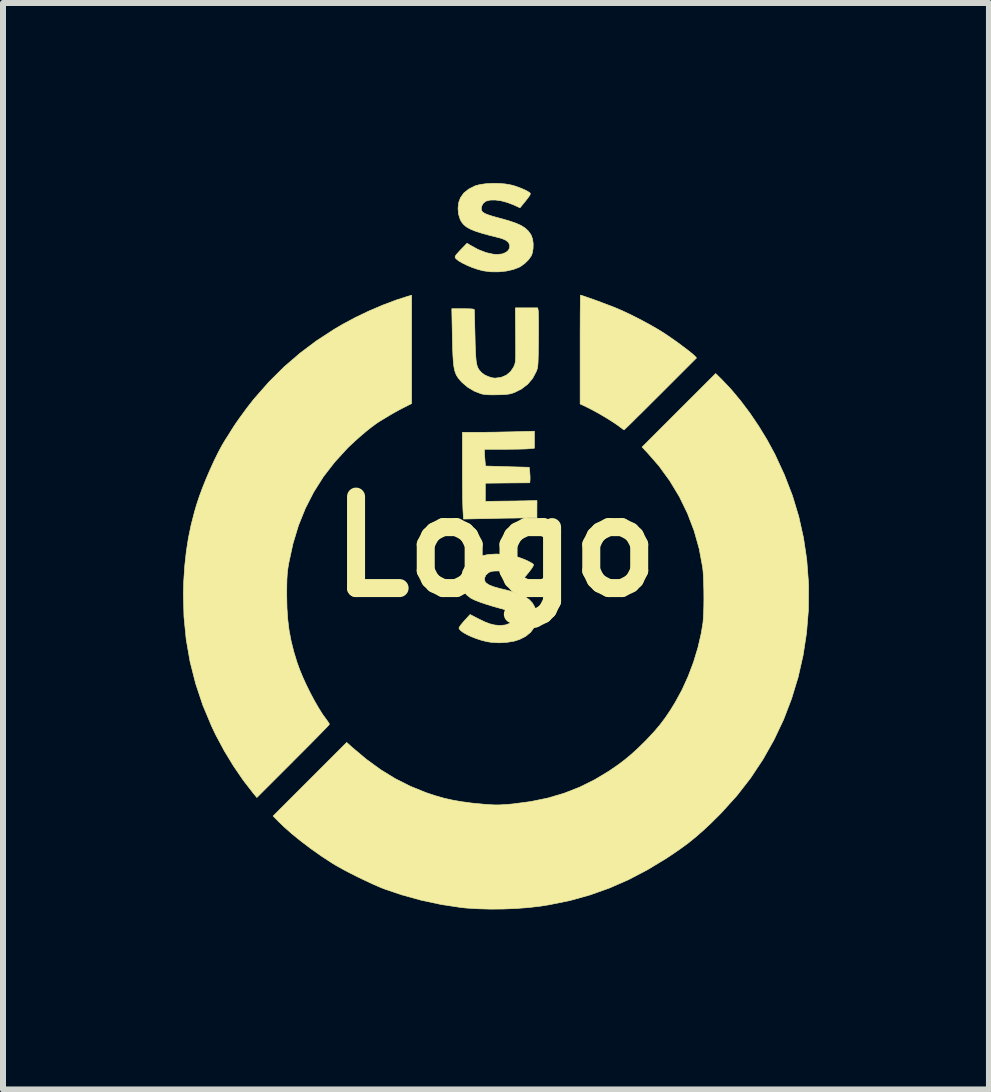
<source format=kicad_pcb>
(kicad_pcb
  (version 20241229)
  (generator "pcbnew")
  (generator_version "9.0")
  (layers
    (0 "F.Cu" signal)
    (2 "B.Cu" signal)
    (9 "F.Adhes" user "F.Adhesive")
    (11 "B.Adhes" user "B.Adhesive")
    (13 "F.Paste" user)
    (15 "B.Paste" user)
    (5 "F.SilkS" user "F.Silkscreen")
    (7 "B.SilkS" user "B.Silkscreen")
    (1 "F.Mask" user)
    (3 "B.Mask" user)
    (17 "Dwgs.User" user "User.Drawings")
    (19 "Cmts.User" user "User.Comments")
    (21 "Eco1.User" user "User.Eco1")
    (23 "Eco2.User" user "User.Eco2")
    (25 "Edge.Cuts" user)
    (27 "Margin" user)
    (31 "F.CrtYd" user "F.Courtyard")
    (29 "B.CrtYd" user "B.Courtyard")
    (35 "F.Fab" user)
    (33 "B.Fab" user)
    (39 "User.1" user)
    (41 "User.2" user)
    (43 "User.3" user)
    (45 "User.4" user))
  (footprint "Logo"
    (layer "F.Cu")
    (at 5.204 6.058)
    (property "Reference" "Logo" (at 0 0 0) (layer "F.SilkS") (effects (font (size 1.524 1.524) (thickness 0.3))))
    (attr through_hole)
    (fp_poly (pts (xy 1.435 -4.186) (xy 1.476 -4.173) (xy 1.533 -4.153) (xy 1.603 -4.129) (xy 1.681 -4.101) (xy 1.762 -4.071) (xy 1.841 -4.041) (xy 1.915 -4.013) (xy 1.977 -3.989) (xy 1.983 -3.987) (xy 2.122 -3.927) (xy 2.274 -3.855) (xy 2.431 -3.775) (xy 2.584 -3.692) (xy 2.724 -3.611) (xy 2.806 -3.56) (xy 2.876 -3.513) (xy 2.953 -3.46) (xy 3.033 -3.403) (xy 3.111 -3.345) (xy 3.183 -3.291) (xy 3.246 -3.242) (xy 3.293 -3.203) (xy 3.322 -3.176) (xy 3.323 -3.175) (xy 3.35 -3.145) (xy 2.751 -2.546) (xy 2.643 -2.439) (xy 2.542 -2.338) (xy 2.448 -2.244) (xy 2.363 -2.161) (xy 2.29 -2.088) (xy 2.23 -2.029) (xy 2.184 -1.985) (xy 2.154 -1.957) (xy 2.143 -1.947) (xy 2.128 -1.955) (xy 2.099 -1.977) (xy 2.066 -2.002) (xy 2.014 -2.039) (xy 1.944 -2.085) (xy 1.862 -2.137) (xy 1.773 -2.19) (xy 1.684 -2.241) (xy 1.601 -2.286) (xy 1.531 -2.321) (xy 1.528 -2.323) (xy 1.411 -2.378) (xy 1.411 -3.284) (xy 1.411 -3.441) (xy 1.411 -3.59) (xy 1.412 -3.727) (xy 1.412 -3.852) (xy 1.413 -3.96) (xy 1.414 -4.05) (xy 1.414 -4.12) (xy 1.415 -4.168) (xy 1.416 -4.19) (xy 1.416 -4.191) (xy 1.435 -4.186)) (stroke (width 0.01) (type solid)) (fill yes) (layer "F.SilkS"))
    (fp_poly (pts (xy 0.649 -1.641) (xy 0.554 -1.632) (xy 0.511 -1.629) (xy 0.446 -1.627) (xy 0.364 -1.625) (xy 0.271 -1.624) (xy 0.173 -1.623) (xy 0.138 -1.623) (xy -0.183 -1.623) (xy -0.183 -1.577) (xy -0.182 -1.538) (xy -0.178 -1.485) (xy -0.174 -1.437) (xy -0.166 -1.344) (xy 0.198 -1.333) (xy 0.563 -1.323) (xy 0.572 -1.237) (xy 0.576 -1.182) (xy 0.577 -1.133) (xy 0.576 -1.108) (xy 0.572 -1.065) (xy 0.201 -1.062) (xy -0.169 -1.058) (xy -0.169 -0.906) (xy -0.169 -0.755) (xy 0.123 -0.759) (xy 0.223 -0.76) (xy 0.322 -0.761) (xy 0.416 -0.763) (xy 0.495 -0.764) (xy 0.553 -0.766) (xy 0.554 -0.766) (xy 0.692 -0.769) (xy 0.691 -0.624) (xy 0.691 -0.48) (xy 0.533 -0.48) (xy 0.478 -0.479) (xy 0.4 -0.479) (xy 0.304 -0.477) (xy 0.195 -0.476) (xy 0.079 -0.474) (xy -0.041 -0.471) (xy -0.079 -0.47) (xy -0.532 -0.461) (xy -0.541 -0.614) (xy -0.543 -0.662) (xy -0.545 -0.735) (xy -0.547 -0.828) (xy -0.548 -0.936) (xy -0.549 -1.056) (xy -0.55 -1.184) (xy -0.55 -1.315) (xy -0.55 -1.336) (xy -0.55 -1.905) (xy -0.313 -1.905) (xy -0.228 -1.905) (xy -0.123 -1.907) (xy -0.005 -1.908) (xy 0.118 -1.911) (xy 0.237 -1.913) (xy 0.287 -1.914) (xy 0.649 -1.924) (xy 0.649 -1.641)) (stroke (width 0.01) (type solid)) (fill yes) (layer "F.SilkS"))
    (fp_poly (pts (xy 0.704 -3.979) (xy 0.713 -3.933) (xy 0.715 -3.908) (xy 0.716 -3.859) (xy 0.717 -3.788) (xy 0.718 -3.702) (xy 0.718 -3.602) (xy 0.717 -3.493) (xy 0.717 -3.443) (xy 0.715 -3.319) (xy 0.714 -3.219) (xy 0.712 -3.141) (xy 0.71 -3.08) (xy 0.707 -3.034) (xy 0.703 -2.999) (xy 0.698 -2.971) (xy 0.691 -2.947) (xy 0.682 -2.924) (xy 0.679 -2.917) (xy 0.619 -2.803) (xy 0.537 -2.707) (xy 0.432 -2.627) (xy 0.325 -2.573) (xy 0.284 -2.558) (xy 0.246 -2.547) (xy 0.204 -2.54) (xy 0.15 -2.535) (xy 0.079 -2.532) (xy 0.035 -2.531) (xy -0.061 -2.53) (xy -0.135 -2.532) (xy -0.192 -2.538) (xy -0.238 -2.547) (xy -0.239 -2.548) (xy -0.353 -2.592) (xy -0.462 -2.657) (xy -0.556 -2.737) (xy -0.562 -2.743) (xy -0.597 -2.782) (xy -0.626 -2.819) (xy -0.65 -2.857) (xy -0.668 -2.9) (xy -0.683 -2.951) (xy -0.694 -3.013) (xy -0.702 -3.089) (xy -0.708 -3.182) (xy -0.713 -3.295) (xy -0.716 -3.432) (xy -0.718 -3.51) (xy -0.727 -3.965) (xy -0.54 -3.965) (xy -0.459 -3.964) (xy -0.403 -3.962) (xy -0.369 -3.958) (xy -0.353 -3.951) (xy -0.352 -3.948) (xy -0.351 -3.93) (xy -0.35 -3.887) (xy -0.348 -3.823) (xy -0.346 -3.742) (xy -0.344 -3.647) (xy -0.341 -3.542) (xy -0.34 -3.5) (xy -0.337 -3.366) (xy -0.333 -3.258) (xy -0.328 -3.171) (xy -0.322 -3.102) (xy -0.314 -3.049) (xy -0.303 -3.007) (xy -0.289 -2.973) (xy -0.271 -2.945) (xy -0.248 -2.918) (xy -0.227 -2.896) (xy -0.18 -2.862) (xy -0.117 -2.833) (xy -0.05 -2.813) (xy -0.005 -2.808) (xy 0.094 -2.821) (xy 0.18 -2.857) (xy 0.251 -2.915) (xy 0.303 -2.992) (xy 0.309 -3.006) (xy 0.318 -3.027) (xy 0.324 -3.047) (xy 0.33 -3.071) (xy 0.333 -3.102) (xy 0.336 -3.142) (xy 0.337 -3.196) (xy 0.337 -3.267) (xy 0.337 -3.357) (xy 0.336 -3.472) (xy 0.336 -3.528) (xy 0.332 -3.979) (xy 0.704 -3.979)) (stroke (width 0.01) (type solid)) (fill yes) (layer "F.SilkS"))
    (fp_poly (pts (xy 0.151 0.129) (xy 0.29 0.152) (xy 0.346 0.165) (xy 0.407 0.184) (xy 0.471 0.208) (xy 0.531 0.234) (xy 0.582 0.26) (xy 0.619 0.282) (xy 0.635 0.299) (xy 0.635 0.3) (xy 0.626 0.326) (xy 0.6 0.367) (xy 0.559 0.421) (xy 0.512 0.479) (xy 0.47 0.528) (xy 0.408 0.502) (xy 0.32 0.466) (xy 0.252 0.44) (xy 0.198 0.423) (xy 0.152 0.412) (xy 0.108 0.406) (xy 0.06 0.404) (xy 0.049 0.404) (xy -0.015 0.405) (xy -0.06 0.41) (xy -0.095 0.422) (xy -0.113 0.431) (xy -0.159 0.472) (xy -0.181 0.522) (xy -0.178 0.571) (xy -0.157 0.603) (xy -0.11 0.635) (xy -0.037 0.665) (xy 0.062 0.694) (xy 0.135 0.711) (xy 0.278 0.747) (xy 0.395 0.786) (xy 0.489 0.83) (xy 0.562 0.88) (xy 0.616 0.938) (xy 0.655 1.006) (xy 0.672 1.054) (xy 0.689 1.157) (xy 0.679 1.255) (xy 0.645 1.345) (xy 0.587 1.424) (xy 0.507 1.491) (xy 0.406 1.543) (xy 0.314 1.573) (xy 0.194 1.593) (xy 0.063 1.601) (xy -0.063 1.594) (xy -0.064 1.594) (xy -0.145 1.581) (xy -0.232 1.559) (xy -0.318 1.531) (xy -0.401 1.499) (xy -0.475 1.464) (xy -0.537 1.429) (xy -0.581 1.396) (xy -0.605 1.366) (xy -0.607 1.355) (xy -0.598 1.334) (xy -0.573 1.299) (xy -0.537 1.256) (xy -0.514 1.23) (xy -0.422 1.13) (xy -0.274 1.206) (xy -0.174 1.254) (xy -0.089 1.286) (xy -0.011 1.305) (xy 0.067 1.312) (xy 0.084 1.312) (xy 0.164 1.304) (xy 0.228 1.281) (xy 0.272 1.244) (xy 0.295 1.197) (xy 0.296 1.177) (xy 0.286 1.134) (xy 0.254 1.097) (xy 0.199 1.065) (xy 0.118 1.037) (xy 0.096 1.032) (xy -0.033 0.996) (xy -0.151 0.96) (xy -0.254 0.925) (xy -0.339 0.892) (xy -0.401 0.862) (xy -0.409 0.858) (xy -0.48 0.802) (xy -0.529 0.733) (xy -0.557 0.648) (xy -0.564 0.555) (xy -0.559 0.466) (xy -0.54 0.395) (xy -0.504 0.333) (xy -0.469 0.292) (xy -0.409 0.242) (xy -0.334 0.196) (xy -0.256 0.161) (xy -0.233 0.153) (xy -0.118 0.13) (xy 0.013 0.122) (xy 0.151 0.129)) (stroke (width 0.01) (type solid)) (fill yes) (layer "F.SilkS"))
    (fp_poly (pts (xy 0.055 -6.052) (xy 0.16 -6.044) (xy 0.252 -6.028) (xy 0.258 -6.027) (xy 0.331 -6.007) (xy 0.405 -5.98) (xy 0.475 -5.951) (xy 0.533 -5.922) (xy 0.572 -5.896) (xy 0.576 -5.893) (xy 0.581 -5.881) (xy 0.576 -5.862) (xy 0.557 -5.832) (xy 0.523 -5.787) (xy 0.502 -5.76) (xy 0.409 -5.646) (xy 0.307 -5.693) (xy 0.201 -5.734) (xy 0.097 -5.762) (xy 0.000211 -5.776) (xy -0.085 -5.775) (xy -0.153 -5.758) (xy -0.165 -5.753) (xy -0.206 -5.718) (xy -0.231 -5.669) (xy -0.236 -5.617) (xy -0.234 -5.608) (xy -0.224 -5.587) (xy -0.203 -5.568) (xy -0.169 -5.548) (xy -0.118 -5.528) (xy -0.047 -5.505) (xy 0.047 -5.479) (xy 0.111 -5.462) (xy 0.239 -5.425) (xy 0.343 -5.389) (xy 0.426 -5.352) (xy 0.491 -5.311) (xy 0.542 -5.265) (xy 0.583 -5.211) (xy 0.597 -5.186) (xy 0.619 -5.124) (xy 0.629 -5.047) (xy 0.627 -4.966) (xy 0.614 -4.892) (xy 0.597 -4.846) (xy 0.553 -4.783) (xy 0.491 -4.722) (xy 0.422 -4.671) (xy 0.399 -4.658) (xy 0.298 -4.619) (xy 0.179 -4.592) (xy 0.051 -4.579) (xy -0.078 -4.58) (xy -0.201 -4.596) (xy -0.212 -4.598) (xy -0.296 -4.621) (xy -0.385 -4.651) (xy -0.471 -4.687) (xy -0.549 -4.725) (xy -0.613 -4.762) (xy -0.656 -4.797) (xy -0.662 -4.803) (xy -0.671 -4.818) (xy -0.671 -4.834) (xy -0.66 -4.855) (xy -0.634 -4.887) (xy -0.593 -4.932) (xy -0.565 -4.961) (xy -0.473 -5.056) (xy -0.424 -5.025) (xy -0.289 -4.951) (xy -0.158 -4.9) (xy -0.036 -4.873) (xy 0.033 -4.869) (xy 0.111 -4.877) (xy 0.171 -4.901) (xy 0.213 -4.935) (xy 0.236 -4.977) (xy 0.239 -5.021) (xy 0.22 -5.065) (xy 0.178 -5.103) (xy 0.113 -5.132) (xy 0.102 -5.136) (xy 0.067 -5.145) (xy 0.013 -5.159) (xy -0.053 -5.176) (xy -0.113 -5.191) (xy -0.239 -5.226) (xy -0.34 -5.259) (xy -0.42 -5.292) (xy -0.482 -5.327) (xy -0.529 -5.366) (xy -0.565 -5.411) (xy -0.587 -5.451) (xy -0.615 -5.542) (xy -0.623 -5.64) (xy -0.611 -5.737) (xy -0.582 -5.815) (xy -0.525 -5.894) (xy -0.443 -5.959) (xy -0.339 -6.011) (xy -0.329 -6.015) (xy -0.254 -6.034) (xy -0.16 -6.047) (xy -0.054 -6.053) (xy 0.055 -6.052)) (stroke (width 0.01) (type solid)) (fill yes) (layer "F.SilkS"))
    (fp_poly (pts (xy -1.397 -2.385) (xy -1.535 -2.315) (xy -1.604 -2.279) (xy -1.675 -2.24) (xy -1.738 -2.204) (xy -1.764 -2.189) (xy -1.821 -2.154) (xy -1.881 -2.118) (xy -1.926 -2.091) (xy -1.991 -2.048) (xy -2.07 -1.989) (xy -2.159 -1.918) (xy -2.253 -1.838) (xy -2.346 -1.755) (xy -2.435 -1.672) (xy -2.47 -1.637) (xy -2.68 -1.407) (xy -2.867 -1.165) (xy -3.029 -0.908) (xy -3.167 -0.638) (xy -3.282 -0.352) (xy -3.373 -0.051) (xy -3.442 0.267) (xy -3.446 0.289) (xy -3.457 0.355) (xy -3.465 0.417) (xy -3.47 0.48) (xy -3.474 0.55) (xy -3.476 0.633) (xy -3.477 0.734) (xy -3.477 0.811) (xy -3.473 1.022) (xy -3.46 1.213) (xy -3.438 1.392) (xy -3.405 1.568) (xy -3.36 1.748) (xy -3.303 1.934) (xy -3.262 2.047) (xy -3.21 2.173) (xy -3.149 2.306) (xy -3.083 2.44) (xy -3.014 2.569) (xy -2.945 2.688) (xy -2.88 2.792) (xy -2.827 2.865) (xy -2.797 2.906) (xy -2.775 2.939) (xy -2.766 2.957) (xy -2.766 2.957) (xy -2.775 2.969) (xy -2.803 3) (xy -2.848 3.046) (xy -2.907 3.107) (xy -2.98 3.182) (xy -3.064 3.267) (xy -3.157 3.361) (xy -3.259 3.463) (xy -3.367 3.571) (xy -3.37 3.575) (xy -3.975 4.179) (xy -4.031 4.111) (xy -4.2 3.893) (xy -4.364 3.653) (xy -4.518 3.4) (xy -4.658 3.138) (xy -4.726 2.996) (xy -4.874 2.643) (xy -4.994 2.283) (xy -5.087 1.917) (xy -5.152 1.545) (xy -5.189 1.167) (xy -5.199 0.785) (xy -5.193 0.575) (xy -5.176 0.318) (xy -5.15 0.08) (xy -5.115 -0.146) (xy -5.069 -0.367) (xy -5.011 -0.591) (xy -4.979 -0.699) (xy -4.935 -0.833) (xy -4.881 -0.979) (xy -4.82 -1.131) (xy -4.754 -1.284) (xy -4.687 -1.431) (xy -4.619 -1.569) (xy -4.554 -1.691) (xy -4.493 -1.792) (xy -4.484 -1.806) (xy -4.449 -1.86) (xy -4.416 -1.913) (xy -4.391 -1.954) (xy -4.39 -1.954) (xy -4.359 -2.004) (xy -4.315 -2.069) (xy -4.261 -2.146) (xy -4.201 -2.228) (xy -4.141 -2.31) (xy -4.082 -2.386) (xy -4.031 -2.451) (xy -4.016 -2.469) (xy -3.774 -2.744) (xy -3.523 -2.994) (xy -3.26 -3.221) (xy -2.982 -3.43) (xy -2.685 -3.623) (xy -2.547 -3.704) (xy -2.333 -3.819) (xy -2.107 -3.927) (xy -1.877 -4.025) (xy -1.652 -4.11) (xy -1.471 -4.168) (xy -1.397 -4.189) (xy -1.397 -2.385)) (stroke (width 0.01) (type solid)) (fill yes) (layer "F.SilkS"))
    (fp_poly (pts (xy 3.769 -2.787) (xy 3.926 -2.621) (xy 4.084 -2.432) (xy 4.239 -2.226) (xy 4.387 -2.007) (xy 4.525 -1.781) (xy 4.649 -1.552) (xy 4.656 -1.539) (xy 4.815 -1.195) (xy 4.948 -0.85) (xy 5.053 -0.503) (xy 5.132 -0.149) (xy 5.186 0.212) (xy 5.214 0.583) (xy 5.217 0.67) (xy 5.214 1.054) (xy 5.183 1.434) (xy 5.126 1.807) (xy 5.043 2.173) (xy 4.934 2.531) (xy 4.801 2.879) (xy 4.642 3.215) (xy 4.459 3.54) (xy 4.253 3.851) (xy 4.023 4.147) (xy 3.771 4.426) (xy 3.745 4.453) (xy 3.6 4.597) (xy 3.466 4.723) (xy 3.337 4.836) (xy 3.207 4.941) (xy 3.07 5.041) (xy 2.921 5.143) (xy 2.847 5.192) (xy 2.531 5.383) (xy 2.216 5.548) (xy 1.898 5.687) (xy 1.575 5.802) (xy 1.242 5.895) (xy 0.897 5.965) (xy 0.748 5.989) (xy 0.557 6.011) (xy 0.35 6.027) (xy 0.135 6.036) (xy -0.082 6.038) (xy -0.292 6.032) (xy -0.486 6.02) (xy -0.579 6.01) (xy -0.902 5.961) (xy -1.231 5.891) (xy -1.554 5.802) (xy -1.834 5.708) (xy -1.928 5.671) (xy -2.04 5.622) (xy -2.162 5.565) (xy -2.29 5.504) (xy -2.417 5.44) (xy -2.535 5.378) (xy -2.64 5.32) (xy -2.723 5.27) (xy -2.899 5.155) (xy -3.072 5.033) (xy -3.237 4.908) (xy -3.389 4.785) (xy -3.523 4.667) (xy -3.612 4.58) (xy -3.704 4.487) (xy -3.091 3.874) (xy -2.478 3.261) (xy -2.393 3.338) (xy -2.154 3.539) (xy -1.914 3.714) (xy -1.67 3.864) (xy -1.418 3.991) (xy -1.157 4.097) (xy -1.009 4.146) (xy -0.865 4.188) (xy -0.719 4.221) (xy -0.565 4.248) (xy -0.396 4.271) (xy -0.206 4.289) (xy -0.175 4.292) (xy -0.087 4.298) (xy -0.013 4.302) (xy 0.056 4.302) (xy 0.13 4.298) (xy 0.217 4.292) (xy 0.284 4.286) (xy 0.588 4.246) (xy 0.874 4.187) (xy 1.145 4.107) (xy 1.403 4.006) (xy 1.653 3.882) (xy 1.897 3.735) (xy 1.912 3.724) (xy 2.042 3.635) (xy 2.157 3.548) (xy 2.265 3.458) (xy 2.374 3.359) (xy 2.489 3.246) (xy 2.534 3.2) (xy 2.644 3.082) (xy 2.74 2.969) (xy 2.828 2.852) (xy 2.914 2.725) (xy 2.994 2.595) (xy 3.108 2.386) (xy 3.211 2.159) (xy 3.301 1.921) (xy 3.374 1.68) (xy 3.429 1.442) (xy 3.458 1.263) (xy 3.464 1.187) (xy 3.469 1.09) (xy 3.472 0.978) (xy 3.473 0.856) (xy 3.472 0.732) (xy 3.469 0.612) (xy 3.465 0.501) (xy 3.459 0.406) (xy 3.451 0.337) (xy 3.394 0.032) (xy 3.31 -0.266) (xy 3.2 -0.554) (xy 3.065 -0.832) (xy 2.905 -1.097) (xy 2.723 -1.347) (xy 2.544 -1.552) (xy 2.443 -1.66) (xy 3.056 -2.273) (xy 3.669 -2.885) (xy 3.769 -2.787)) (stroke (width 0.01) (type solid)) (fill yes) (layer "F.SilkS")))
  (gr_rect
    (start -3 -3)
    (end 13.426 15.1)
    (stroke (width 0.1) (type default))
    (fill no)
    (layer "Edge.Cuts")))
</source>
